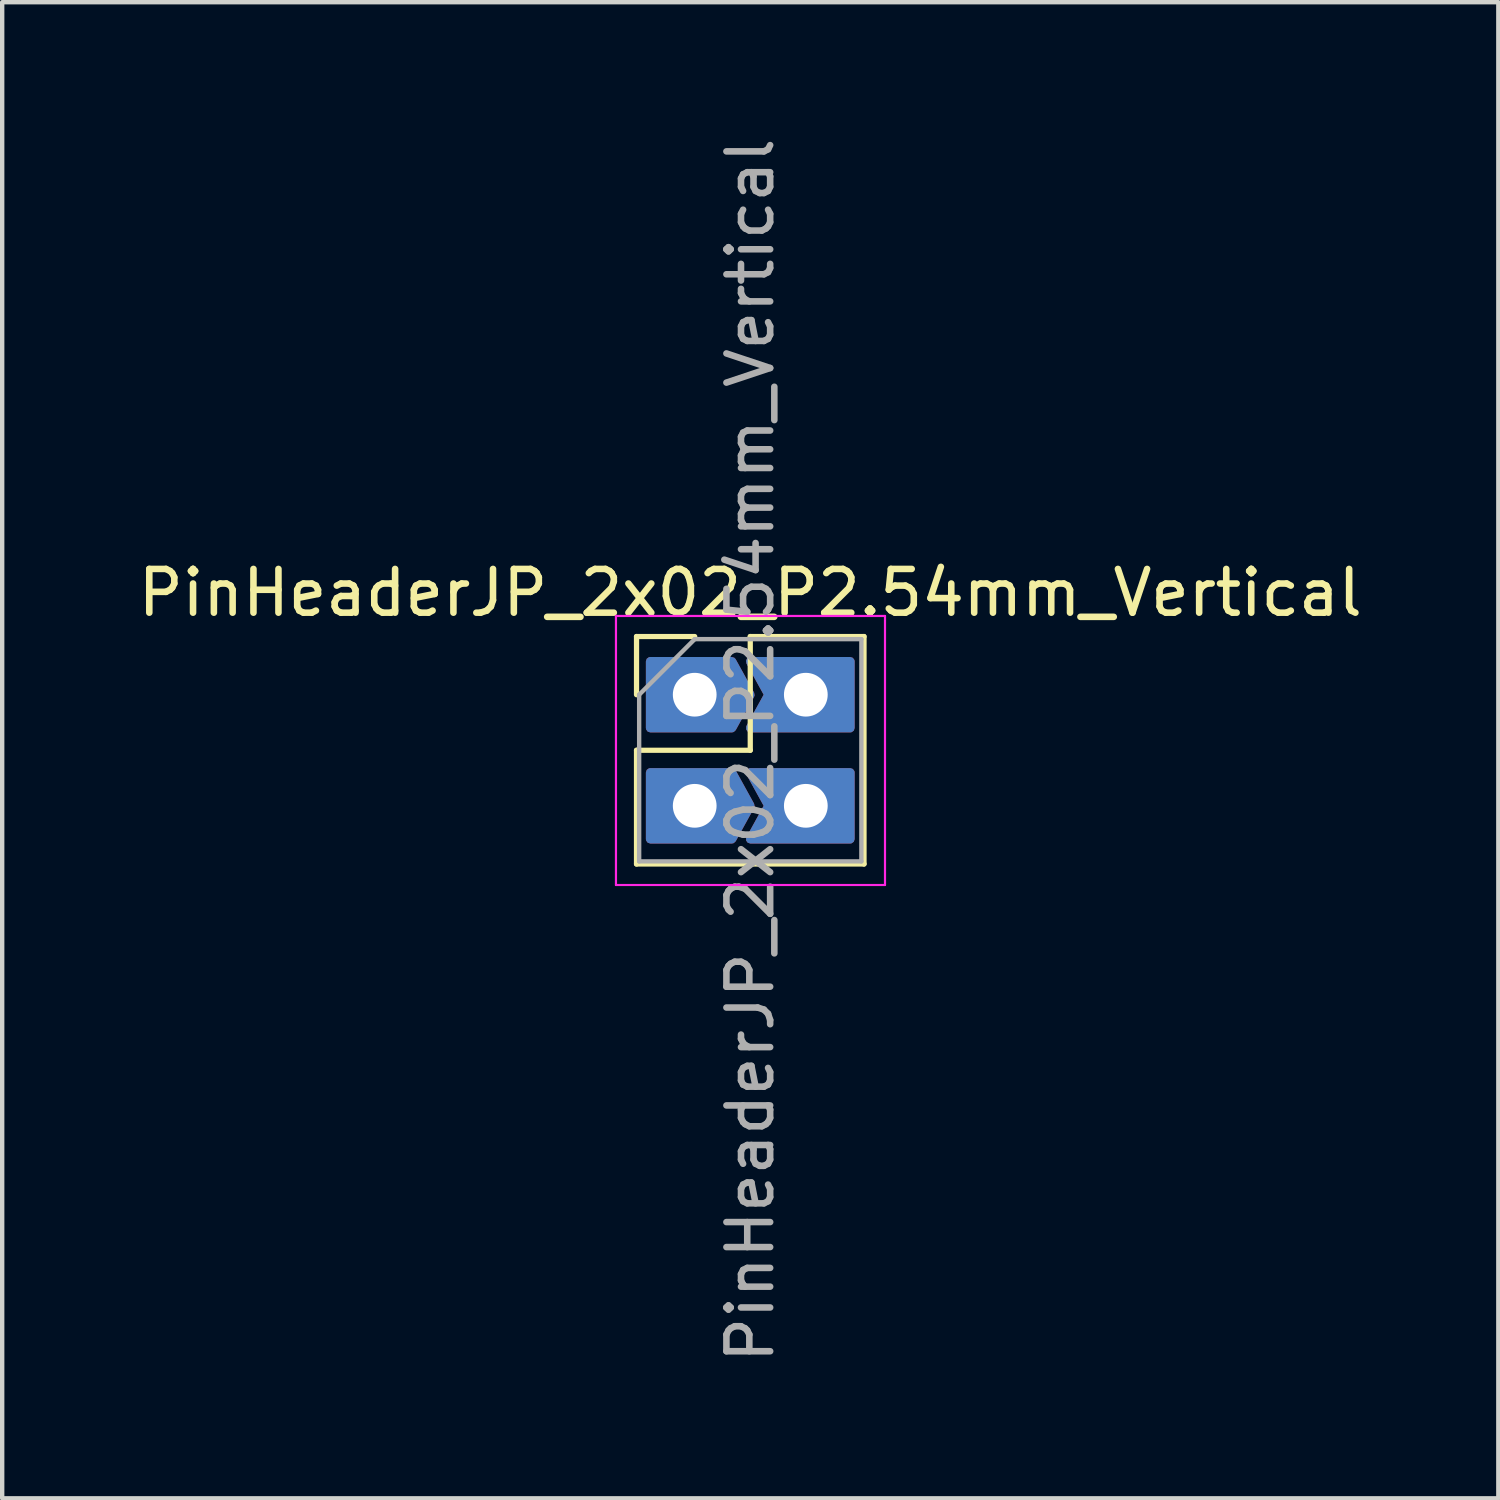
<source format=kicad_pcb>
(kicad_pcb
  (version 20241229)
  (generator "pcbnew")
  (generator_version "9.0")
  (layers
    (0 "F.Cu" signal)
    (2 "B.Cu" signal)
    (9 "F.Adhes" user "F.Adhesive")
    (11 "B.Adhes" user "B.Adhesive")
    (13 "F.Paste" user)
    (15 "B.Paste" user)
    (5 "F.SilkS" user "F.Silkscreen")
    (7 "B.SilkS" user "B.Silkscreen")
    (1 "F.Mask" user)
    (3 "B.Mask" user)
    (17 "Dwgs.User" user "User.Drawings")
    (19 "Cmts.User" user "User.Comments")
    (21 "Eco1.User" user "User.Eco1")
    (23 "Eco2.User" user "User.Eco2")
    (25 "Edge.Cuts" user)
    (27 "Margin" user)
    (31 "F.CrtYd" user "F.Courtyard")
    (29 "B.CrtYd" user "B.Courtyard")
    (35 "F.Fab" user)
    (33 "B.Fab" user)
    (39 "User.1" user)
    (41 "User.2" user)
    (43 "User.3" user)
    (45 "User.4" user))
  (footprint "PinHeaderJP_2x02_P2.54mm_Vertical"
    (layer "F.Cu")
    (at 12.831 12.831)
    (property "Reference" "PinHeaderJP_2x02_P2.54mm_Vertical" (at 1.27 -2.33 0) (layer "F.SilkS") (effects (font (size 1 1) (thickness 0.15))))
    (attr through_hole)
    (fp_line (start -1.33 -1.33) (end 0 -1.33) (stroke (width 0.12) (type solid)) (layer "F.SilkS"))
    (fp_line (start -1.33 0) (end -1.33 -1.33) (stroke (width 0.12) (type solid)) (layer "F.SilkS"))
    (fp_line (start -1.33 1.27) (end -1.33 3.87) (stroke (width 0.12) (type solid)) (layer "F.SilkS"))
    (fp_line (start -1.33 1.27) (end 1.27 1.27) (stroke (width 0.12) (type solid)) (layer "F.SilkS"))
    (fp_line (start -1.33 3.87) (end 3.87 3.87) (stroke (width 0.12) (type solid)) (layer "F.SilkS"))
    (fp_line (start 1.27 -1.33) (end 3.87 -1.33) (stroke (width 0.12) (type solid)) (layer "F.SilkS"))
    (fp_line (start 1.27 1.27) (end 1.27 -1.33) (stroke (width 0.12) (type solid)) (layer "F.SilkS"))
    (fp_line (start 3.87 -1.33) (end 3.87 3.87) (stroke (width 0.12) (type solid)) (layer "F.SilkS"))
    (fp_line (start -1.8 -1.8) (end -1.8 4.35) (stroke (width 0.05) (type solid)) (layer "F.CrtYd"))
    (fp_line (start -1.8 4.35) (end 4.35 4.35) (stroke (width 0.05) (type solid)) (layer "F.CrtYd"))
    (fp_line (start 4.35 -1.8) (end -1.8 -1.8) (stroke (width 0.05) (type solid)) (layer "F.CrtYd"))
    (fp_line (start 4.35 4.35) (end 4.35 -1.8) (stroke (width 0.05) (type solid)) (layer "F.CrtYd"))
    (fp_line (start -1.27 0) (end 0 -1.27) (stroke (width 0.1) (type solid)) (layer "F.Fab"))
    (fp_line (start -1.27 3.81) (end -1.27 0) (stroke (width 0.1) (type solid)) (layer "F.Fab"))
    (fp_line (start 0 -1.27) (end 3.81 -1.27) (stroke (width 0.1) (type solid)) (layer "F.Fab"))
    (fp_line (start 3.81 -1.27) (end 3.81 3.81) (stroke (width 0.1) (type solid)) (layer "F.Fab"))
    (fp_line (start 3.81 3.81) (end -1.27 3.81) (stroke (width 0.1) (type solid)) (layer "F.Fab"))
    (fp_text user "${REFERENCE}" (at 1.27 1.27 90) (layer "F.Fab") (effects (font (size 1 1) (thickness 0.15))))
    (pad "1" thru_hole custom (at 0 0) (size 1.7 1.7) (drill 1) (layers "*.Cu" "*.Mask") (options (anchor rect)) (primitives (gr_poly (pts (xy -1.016 -0.762) (xy -1.016 0.762) (xy 0.85 0.762) (xy 1.27 0) (xy 0.85 -0.762)) (width 0.2) (fill yes))))
    (pad "2" thru_hole custom (at 2.54 0) (size 1.7 1.7) (drill 1) (layers "*.Cu" "*.Mask") (options (anchor circle)) (primitives (gr_poly (pts (xy 0.85 0) (xy 0.831 -0.177) (xy 0.777 -0.346) (xy 0.688 -0.5) (xy 0.569 -0.632) (xy 0.425 -0.736) (xy 0.263 -0.808) (xy 0.089 -0.845) (xy -0.089 -0.845) (xy -0.263 -0.808) (xy -0.425 -0.736) (xy -0.569 -0.632) (xy -0.688 -0.5) (xy -0.777 -0.346) (xy -0.831 -0.177) (xy -0.85 0) (xy -0.831 0.177) (xy -0.777 0.346) (xy -0.688 0.5) (xy -0.569 0.632) (xy -0.425 0.736) (xy -0.263 0.808) (xy -0.089 0.845) (xy 0.089 0.845) (xy 0.263 0.808) (xy 0.425 0.736) (xy 0.569 0.632) (xy 0.688 0.5) (xy 0.777 0.346) (xy 0.831 0.177) (xy 0.85 0)) (width 0) (fill yes)) (gr_poly (pts (xy -1.27 -0.762) (xy -0.85 0) (xy -1.27 0.762) (xy 1.016 0.762) (xy 1.016 -0.762)) (width 0.2) (fill yes))))
    (pad "3" thru_hole custom (at 0 2.54) (size 1.7 1.7) (drill 1) (layers "*.Cu" "*.Mask") (options (anchor circle)) (primitives (gr_poly (pts (xy 0.85 0) (xy 0.831 -0.177) (xy 0.777 -0.346) (xy 0.688 -0.5) (xy 0.569 -0.632) (xy 0.425 -0.736) (xy 0.263 -0.808) (xy 0.089 -0.845) (xy -0.089 -0.845) (xy -0.263 -0.808) (xy -0.425 -0.736) (xy -0.569 -0.632) (xy -0.688 -0.5) (xy -0.777 -0.346) (xy -0.831 -0.177) (xy -0.85 0) (xy -0.831 0.177) (xy -0.777 0.346) (xy -0.688 0.5) (xy -0.569 0.632) (xy -0.425 0.736) (xy -0.263 0.808) (xy -0.089 0.845) (xy 0.089 0.845) (xy 0.263 0.808) (xy 0.425 0.736) (xy 0.569 0.632) (xy 0.688 0.5) (xy 0.777 0.346) (xy 0.831 0.177) (xy 0.85 0)) (width 0) (fill yes)) (gr_poly (pts (xy -1.016 -0.762) (xy -1.016 0.762) (xy 0.85 0.762) (xy 1.27 0) (xy 0.85 -0.762)) (width 0.2) (fill yes))))
    (pad "4" thru_hole custom (at 2.54 2.54) (size 1.7 1.7) (drill 1) (layers "*.Cu" "*.Mask") (options (anchor circle)) (primitives (gr_poly (pts (xy 0.85 0) (xy 0.831 -0.177) (xy 0.777 -0.346) (xy 0.688 -0.5) (xy 0.569 -0.632) (xy 0.425 -0.736) (xy 0.263 -0.808) (xy 0.089 -0.845) (xy -0.089 -0.845) (xy -0.263 -0.808) (xy -0.425 -0.736) (xy -0.569 -0.632) (xy -0.688 -0.5) (xy -0.777 -0.346) (xy -0.831 -0.177) (xy -0.85 0) (xy -0.831 0.177) (xy -0.777 0.346) (xy -0.688 0.5) (xy -0.569 0.632) (xy -0.425 0.736) (xy -0.263 0.808) (xy -0.089 0.845) (xy 0.089 0.845) (xy 0.263 0.808) (xy 0.425 0.736) (xy 0.569 0.632) (xy 0.688 0.5) (xy 0.777 0.346) (xy 0.831 0.177) (xy 0.85 0)) (width 0) (fill yes)) (gr_poly (pts (xy -1.27 -0.762) (xy -0.85 0) (xy -1.27 0.762) (xy 1.016 0.762) (xy 1.016 -0.762)) (width 0.2) (fill yes)))))
  (gr_rect
    (start -3 -3)
    (end 31.202 31.202)
    (stroke (width 0.1) (type default))
    (fill no)
    (layer "Edge.Cuts")))
</source>
